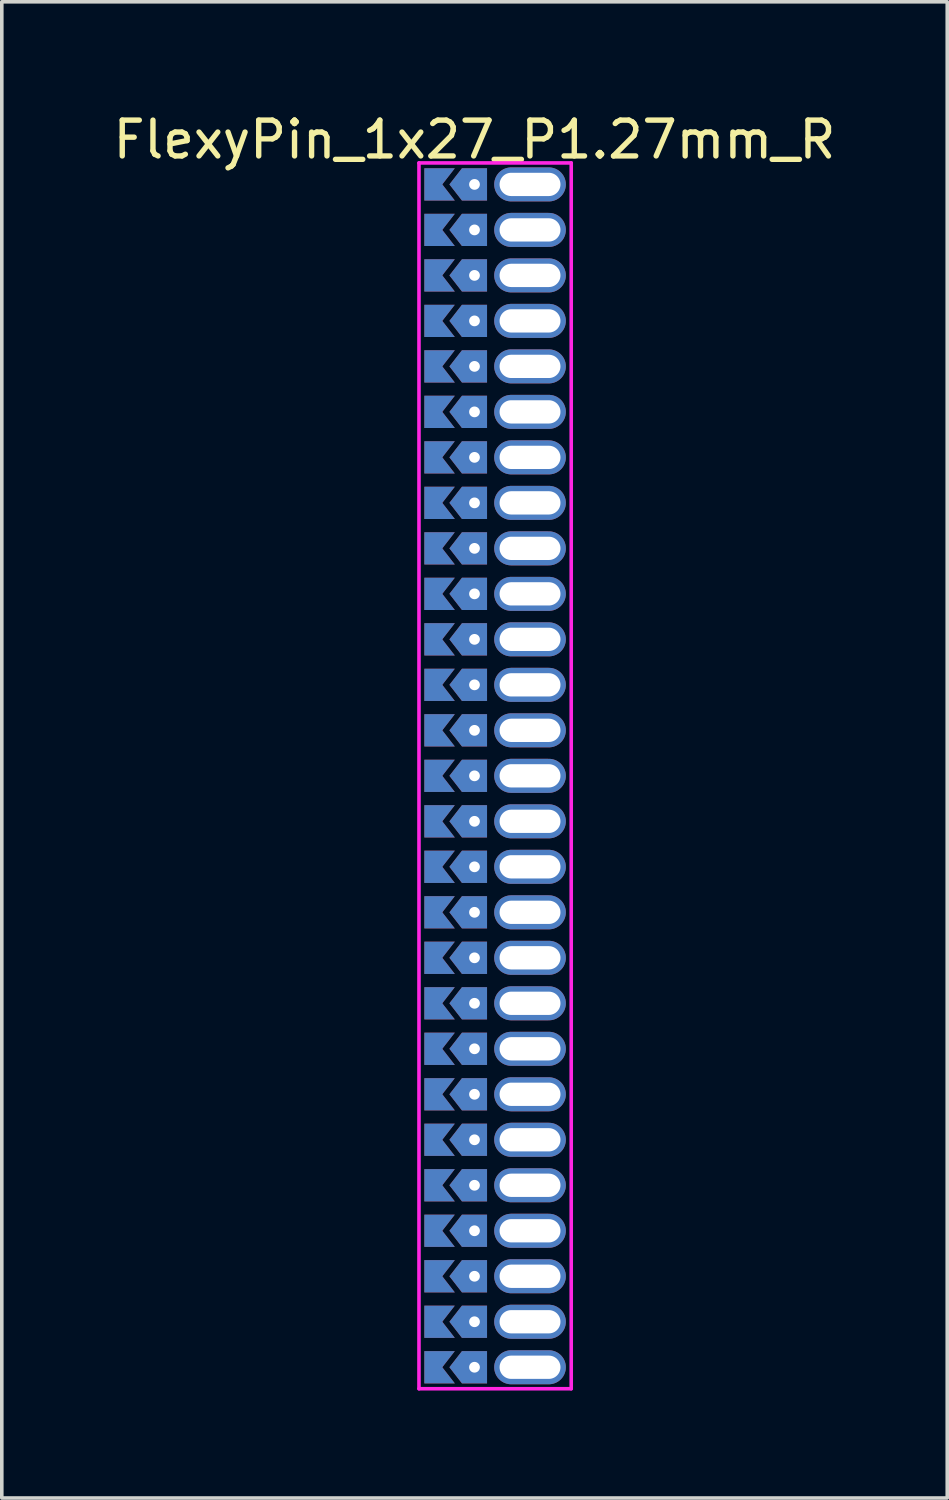
<source format=kicad_pcb>
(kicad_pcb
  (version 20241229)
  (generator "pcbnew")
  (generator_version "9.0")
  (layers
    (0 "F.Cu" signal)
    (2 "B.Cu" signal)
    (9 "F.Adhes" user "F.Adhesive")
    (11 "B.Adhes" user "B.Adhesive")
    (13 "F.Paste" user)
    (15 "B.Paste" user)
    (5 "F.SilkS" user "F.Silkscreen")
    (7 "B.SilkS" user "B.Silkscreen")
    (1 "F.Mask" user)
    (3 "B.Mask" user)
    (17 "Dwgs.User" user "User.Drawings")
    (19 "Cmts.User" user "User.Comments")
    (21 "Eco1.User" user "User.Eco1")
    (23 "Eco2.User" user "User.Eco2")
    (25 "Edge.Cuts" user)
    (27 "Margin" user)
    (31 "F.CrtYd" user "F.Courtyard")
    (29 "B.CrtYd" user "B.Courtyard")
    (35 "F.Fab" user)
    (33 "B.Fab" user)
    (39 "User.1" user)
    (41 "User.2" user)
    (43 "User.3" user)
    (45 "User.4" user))
  (footprint "FlexyPin_1x27_P1.27mm_R"
    (layer "F.Cu")
    (at 10.196 2.098)
    (property "Reference" "FlexyPin_1x27_P1.27mm_R" (at 0 -1.25 0) (layer "F.SilkS") (effects (font (size 1 1) (thickness 0.15))))
    (attr through_hole)
    (fp_line (start -1.55 -0.6) (end 2.7 -0.6) (stroke (width 0.1) (type solid)) (layer "F.CrtYd"))
    (fp_line (start -1.55 33.62) (end -1.55 -0.6) (stroke (width 0.1) (type solid)) (layer "F.CrtYd"))
    (fp_line (start 2.7 -0.6) (end 2.7 33.62) (stroke (width 0.1) (type solid)) (layer "F.CrtYd"))
    (fp_line (start 2.7 33.62) (end -1.55 33.62) (stroke (width 0.1) (type solid)) (layer "F.CrtYd"))
    (pad "" thru_hole custom (at 0 0) (size 0.3 0.3) (drill 0.6) (layers "*.Cu" "*.Mask") (options (anchor rect)) (primitives (gr_poly (pts (xy 0.35 0.45) (xy 0.35 -0.45) (xy -0.35 -0.45) (xy -0.7 0) (xy -0.35 0.45)) (width 0) (fill yes))))
    (pad "" thru_hole custom (at 0 1.27) (size 0.3 0.3) (drill 0.6) (layers "*.Cu" "*.Mask") (options (anchor rect)) (primitives (gr_poly (pts (xy 0.35 0.45) (xy 0.35 -0.45) (xy -0.35 -0.45) (xy -0.7 0) (xy -0.35 0.45)) (width 0) (fill yes))))
    (pad "" thru_hole custom (at 0 2.54) (size 0.3 0.3) (drill 0.6) (layers "*.Cu" "*.Mask") (options (anchor rect)) (primitives (gr_poly (pts (xy 0.35 0.45) (xy 0.35 -0.45) (xy -0.35 -0.45) (xy -0.7 0) (xy -0.35 0.45)) (width 0) (fill yes))))
    (pad "" thru_hole custom (at 0 3.81) (size 0.3 0.3) (drill 0.6) (layers "*.Cu" "*.Mask") (options (anchor rect)) (primitives (gr_poly (pts (xy 0.35 0.45) (xy 0.35 -0.45) (xy -0.35 -0.45) (xy -0.7 0) (xy -0.35 0.45)) (width 0) (fill yes))))
    (pad "" thru_hole custom (at 0 5.08) (size 0.3 0.3) (drill 0.6) (layers "*.Cu" "*.Mask") (options (anchor rect)) (primitives (gr_poly (pts (xy 0.35 0.45) (xy 0.35 -0.45) (xy -0.35 -0.45) (xy -0.7 0) (xy -0.35 0.45)) (width 0) (fill yes))))
    (pad "" thru_hole custom (at 0 6.35) (size 0.3 0.3) (drill 0.6) (layers "*.Cu" "*.Mask") (options (anchor rect)) (primitives (gr_poly (pts (xy 0.35 0.45) (xy 0.35 -0.45) (xy -0.35 -0.45) (xy -0.7 0) (xy -0.35 0.45)) (width 0) (fill yes))))
    (pad "" thru_hole custom (at 0 7.62) (size 0.3 0.3) (drill 0.6) (layers "*.Cu" "*.Mask") (options (anchor rect)) (primitives (gr_poly (pts (xy 0.35 0.45) (xy 0.35 -0.45) (xy -0.35 -0.45) (xy -0.7 0) (xy -0.35 0.45)) (width 0) (fill yes))))
    (pad "" thru_hole custom (at 0 8.89) (size 0.3 0.3) (drill 0.6) (layers "*.Cu" "*.Mask") (options (anchor rect)) (primitives (gr_poly (pts (xy 0.35 0.45) (xy 0.35 -0.45) (xy -0.35 -0.45) (xy -0.7 0) (xy -0.35 0.45)) (width 0) (fill yes))))
    (pad "" thru_hole custom (at 0 10.16) (size 0.3 0.3) (drill 0.6) (layers "*.Cu" "*.Mask") (options (anchor rect)) (primitives (gr_poly (pts (xy 0.35 0.45) (xy 0.35 -0.45) (xy -0.35 -0.45) (xy -0.7 0) (xy -0.35 0.45)) (width 0) (fill yes))))
    (pad "" thru_hole custom (at 0 11.43) (size 0.3 0.3) (drill 0.6) (layers "*.Cu" "*.Mask") (options (anchor rect)) (primitives (gr_poly (pts (xy 0.35 0.45) (xy 0.35 -0.45) (xy -0.35 -0.45) (xy -0.7 0) (xy -0.35 0.45)) (width 0) (fill yes))))
    (pad "" thru_hole custom (at 0 12.7) (size 0.3 0.3) (drill 0.6) (layers "*.Cu" "*.Mask") (options (anchor rect)) (primitives (gr_poly (pts (xy 0.35 0.45) (xy 0.35 -0.45) (xy -0.35 -0.45) (xy -0.7 0) (xy -0.35 0.45)) (width 0) (fill yes))))
    (pad "" thru_hole custom (at 0 13.97) (size 0.3 0.3) (drill 0.6) (layers "*.Cu" "*.Mask") (options (anchor rect)) (primitives (gr_poly (pts (xy 0.35 0.45) (xy 0.35 -0.45) (xy -0.35 -0.45) (xy -0.7 0) (xy -0.35 0.45)) (width 0) (fill yes))))
    (pad "" thru_hole custom (at 0 15.24) (size 0.3 0.3) (drill 0.6) (layers "*.Cu" "*.Mask") (options (anchor rect)) (primitives (gr_poly (pts (xy 0.35 0.45) (xy 0.35 -0.45) (xy -0.35 -0.45) (xy -0.7 0) (xy -0.35 0.45)) (width 0) (fill yes))))
    (pad "" thru_hole custom (at 0 16.51) (size 0.3 0.3) (drill 0.6) (layers "*.Cu" "*.Mask") (options (anchor rect)) (primitives (gr_poly (pts (xy 0.35 0.45) (xy 0.35 -0.45) (xy -0.35 -0.45) (xy -0.7 0) (xy -0.35 0.45)) (width 0) (fill yes))))
    (pad "" thru_hole custom (at 0 17.78) (size 0.3 0.3) (drill 0.6) (layers "*.Cu" "*.Mask") (options (anchor rect)) (primitives (gr_poly (pts (xy 0.35 0.45) (xy 0.35 -0.45) (xy -0.35 -0.45) (xy -0.7 0) (xy -0.35 0.45)) (width 0) (fill yes))))
    (pad "" thru_hole custom (at 0 19.05) (size 0.3 0.3) (drill 0.6) (layers "*.Cu" "*.Mask") (options (anchor rect)) (primitives (gr_poly (pts (xy 0.35 0.45) (xy 0.35 -0.45) (xy -0.35 -0.45) (xy -0.7 0) (xy -0.35 0.45)) (width 0) (fill yes))))
    (pad "" thru_hole custom (at 0 20.32) (size 0.3 0.3) (drill 0.6) (layers "*.Cu" "*.Mask") (options (anchor rect)) (primitives (gr_poly (pts (xy 0.35 0.45) (xy 0.35 -0.45) (xy -0.35 -0.45) (xy -0.7 0) (xy -0.35 0.45)) (width 0) (fill yes))))
    (pad "" thru_hole custom (at 0 21.59) (size 0.3 0.3) (drill 0.6) (layers "*.Cu" "*.Mask") (options (anchor rect)) (primitives (gr_poly (pts (xy 0.35 0.45) (xy 0.35 -0.45) (xy -0.35 -0.45) (xy -0.7 0) (xy -0.35 0.45)) (width 0) (fill yes))))
    (pad "" thru_hole custom (at 0 22.86) (size 0.3 0.3) (drill 0.6) (layers "*.Cu" "*.Mask") (options (anchor rect)) (primitives (gr_poly (pts (xy 0.35 0.45) (xy 0.35 -0.45) (xy -0.35 -0.45) (xy -0.7 0) (xy -0.35 0.45)) (width 0) (fill yes))))
    (pad "" thru_hole custom (at 0 24.13) (size 0.3 0.3) (drill 0.6) (layers "*.Cu" "*.Mask") (options (anchor rect)) (primitives (gr_poly (pts (xy 0.35 0.45) (xy 0.35 -0.45) (xy -0.35 -0.45) (xy -0.7 0) (xy -0.35 0.45)) (width 0) (fill yes))))
    (pad "" thru_hole custom (at 0 25.4) (size 0.3 0.3) (drill 0.6) (layers "*.Cu" "*.Mask") (options (anchor rect)) (primitives (gr_poly (pts (xy 0.35 0.45) (xy 0.35 -0.45) (xy -0.35 -0.45) (xy -0.7 0) (xy -0.35 0.45)) (width 0) (fill yes))))
    (pad "" thru_hole custom (at 0 26.67) (size 0.3 0.3) (drill 0.6) (layers "*.Cu" "*.Mask") (options (anchor rect)) (primitives (gr_poly (pts (xy 0.35 0.45) (xy 0.35 -0.45) (xy -0.35 -0.45) (xy -0.7 0) (xy -0.35 0.45)) (width 0) (fill yes))))
    (pad "" thru_hole custom (at 0 27.94) (size 0.3 0.3) (drill 0.6) (layers "*.Cu" "*.Mask") (options (anchor rect)) (primitives (gr_poly (pts (xy 0.35 0.45) (xy 0.35 -0.45) (xy -0.35 -0.45) (xy -0.7 0) (xy -0.35 0.45)) (width 0) (fill yes))))
    (pad "" thru_hole custom (at 0 29.21) (size 0.3 0.3) (drill 0.6) (layers "*.Cu" "*.Mask") (options (anchor rect)) (primitives (gr_poly (pts (xy 0.35 0.45) (xy 0.35 -0.45) (xy -0.35 -0.45) (xy -0.7 0) (xy -0.35 0.45)) (width 0) (fill yes))))
    (pad "" thru_hole custom (at 0 30.48) (size 0.3 0.3) (drill 0.6) (layers "*.Cu" "*.Mask") (options (anchor rect)) (primitives (gr_poly (pts (xy 0.35 0.45) (xy 0.35 -0.45) (xy -0.35 -0.45) (xy -0.7 0) (xy -0.35 0.45)) (width 0) (fill yes))))
    (pad "" thru_hole custom (at 0 31.75) (size 0.3 0.3) (drill 0.6) (layers "*.Cu" "*.Mask") (options (anchor rect)) (primitives (gr_poly (pts (xy 0.35 0.45) (xy 0.35 -0.45) (xy -0.35 -0.45) (xy -0.7 0) (xy -0.35 0.45)) (width 0) (fill yes))))
    (pad "" thru_hole custom (at 0 33.02) (size 0.3 0.3) (drill 0.6) (layers "*.Cu" "*.Mask") (options (anchor rect)) (primitives (gr_poly (pts (xy 0.35 0.45) (xy 0.35 -0.45) (xy -0.35 -0.45) (xy -0.7 0) (xy -0.35 0.45)) (width 0) (fill yes))))
    (pad "" thru_hole oval (at 1.55 0) (size 2 0.95) (drill oval 1.7 0.65) (layers "*.Cu" "*.Mask"))
    (pad "" thru_hole oval (at 1.55 1.27) (size 2 0.95) (drill oval 1.7 0.65) (layers "*.Cu" "*.Mask"))
    (pad "" thru_hole oval (at 1.55 2.54) (size 2 0.95) (drill oval 1.7 0.65) (layers "*.Cu" "*.Mask"))
    (pad "" thru_hole oval (at 1.55 3.81) (size 2 0.95) (drill oval 1.7 0.65) (layers "*.Cu" "*.Mask"))
    (pad "" thru_hole oval (at 1.55 5.08) (size 2 0.95) (drill oval 1.7 0.65) (layers "*.Cu" "*.Mask"))
    (pad "" thru_hole oval (at 1.55 6.35) (size 2 0.95) (drill oval 1.7 0.65) (layers "*.Cu" "*.Mask"))
    (pad "" thru_hole oval (at 1.55 7.62) (size 2 0.95) (drill oval 1.7 0.65) (layers "*.Cu" "*.Mask"))
    (pad "" thru_hole oval (at 1.55 8.89) (size 2 0.95) (drill oval 1.7 0.65) (layers "*.Cu" "*.Mask"))
    (pad "" thru_hole oval (at 1.55 10.16) (size 2 0.95) (drill oval 1.7 0.65) (layers "*.Cu" "*.Mask"))
    (pad "" thru_hole oval (at 1.55 11.43) (size 2 0.95) (drill oval 1.7 0.65) (layers "*.Cu" "*.Mask"))
    (pad "" thru_hole oval (at 1.55 12.7) (size 2 0.95) (drill oval 1.7 0.65) (layers "*.Cu" "*.Mask"))
    (pad "" thru_hole oval (at 1.55 13.97) (size 2 0.95) (drill oval 1.7 0.65) (layers "*.Cu" "*.Mask"))
    (pad "" thru_hole oval (at 1.55 15.24) (size 2 0.95) (drill oval 1.7 0.65) (layers "*.Cu" "*.Mask"))
    (pad "" thru_hole oval (at 1.55 16.51) (size 2 0.95) (drill oval 1.7 0.65) (layers "*.Cu" "*.Mask"))
    (pad "" thru_hole oval (at 1.55 17.78) (size 2 0.95) (drill oval 1.7 0.65) (layers "*.Cu" "*.Mask"))
    (pad "" thru_hole oval (at 1.55 19.05) (size 2 0.95) (drill oval 1.7 0.65) (layers "*.Cu" "*.Mask"))
    (pad "" thru_hole oval (at 1.55 20.32) (size 2 0.95) (drill oval 1.7 0.65) (layers "*.Cu" "*.Mask"))
    (pad "" thru_hole oval (at 1.55 21.59) (size 2 0.95) (drill oval 1.7 0.65) (layers "*.Cu" "*.Mask"))
    (pad "" thru_hole oval (at 1.55 22.86) (size 2 0.95) (drill oval 1.7 0.65) (layers "*.Cu" "*.Mask"))
    (pad "" thru_hole oval (at 1.55 24.13) (size 2 0.95) (drill oval 1.7 0.65) (layers "*.Cu" "*.Mask"))
    (pad "" thru_hole oval (at 1.55 25.4) (size 2 0.95) (drill oval 1.7 0.65) (layers "*.Cu" "*.Mask"))
    (pad "" thru_hole oval (at 1.55 26.67) (size 2 0.95) (drill oval 1.7 0.65) (layers "*.Cu" "*.Mask"))
    (pad "" thru_hole oval (at 1.55 27.94) (size 2 0.95) (drill oval 1.7 0.65) (layers "*.Cu" "*.Mask"))
    (pad "" thru_hole oval (at 1.55 29.21) (size 2 0.95) (drill oval 1.7 0.65) (layers "*.Cu" "*.Mask"))
    (pad "" thru_hole oval (at 1.55 30.48) (size 2 0.95) (drill oval 1.7 0.65) (layers "*.Cu" "*.Mask"))
    (pad "" thru_hole oval (at 1.55 31.75) (size 2 0.95) (drill oval 1.7 0.65) (layers "*.Cu" "*.Mask"))
    (pad "" thru_hole oval (at 1.55 33.02) (size 2 0.95) (drill oval 1.7 0.65) (layers "*.Cu" "*.Mask"))
    (pad "1" smd custom (at -0.9 0) (size 0.01 0.01) (layers "F.Cu" "F.Mask") (options (anchor rect)) (primitives (gr_poly (pts (xy 0 0) (xy 0.35 0.45) (xy -0.5 0.45) (xy -0.5 -0.45) (xy 0.35 -0.45)) (width 0) (fill yes))))
    (pad "2" smd custom (at -0.9 1.27) (size 0.01 0.01) (layers "F.Cu" "F.Mask") (options (anchor rect)) (primitives (gr_poly (pts (xy 0 0) (xy 0.35 0.45) (xy -0.5 0.45) (xy -0.5 -0.45) (xy 0.35 -0.45)) (width 0) (fill yes))))
    (pad "3" smd custom (at -0.9 2.54) (size 0.01 0.01) (layers "F.Cu" "F.Mask") (options (anchor rect)) (primitives (gr_poly (pts (xy 0 0) (xy 0.35 0.45) (xy -0.5 0.45) (xy -0.5 -0.45) (xy 0.35 -0.45)) (width 0) (fill yes))))
    (pad "4" smd custom (at -0.9 3.81) (size 0.01 0.01) (layers "F.Cu" "F.Mask") (options (anchor rect)) (primitives (gr_poly (pts (xy 0 0) (xy 0.35 0.45) (xy -0.5 0.45) (xy -0.5 -0.45) (xy 0.35 -0.45)) (width 0) (fill yes))))
    (pad "5" smd custom (at -0.9 5.08) (size 0.01 0.01) (layers "F.Cu" "F.Mask") (options (anchor rect)) (primitives (gr_poly (pts (xy 0 0) (xy 0.35 0.45) (xy -0.5 0.45) (xy -0.5 -0.45) (xy 0.35 -0.45)) (width 0) (fill yes))))
    (pad "6" smd custom (at -0.9 6.35) (size 0.01 0.01) (layers "F.Cu" "F.Mask") (options (anchor rect)) (primitives (gr_poly (pts (xy 0 0) (xy 0.35 0.45) (xy -0.5 0.45) (xy -0.5 -0.45) (xy 0.35 -0.45)) (width 0) (fill yes))))
    (pad "7" smd custom (at -0.9 7.62) (size 0.01 0.01) (layers "F.Cu" "F.Mask") (options (anchor rect)) (primitives (gr_poly (pts (xy 0 0) (xy 0.35 0.45) (xy -0.5 0.45) (xy -0.5 -0.45) (xy 0.35 -0.45)) (width 0) (fill yes))))
    (pad "8" smd custom (at -0.9 8.89) (size 0.01 0.01) (layers "F.Cu" "F.Mask") (options (anchor rect)) (primitives (gr_poly (pts (xy 0 0) (xy 0.35 0.45) (xy -0.5 0.45) (xy -0.5 -0.45) (xy 0.35 -0.45)) (width 0) (fill yes))))
    (pad "9" smd custom (at -0.9 10.16) (size 0.01 0.01) (layers "F.Cu" "F.Mask") (options (anchor rect)) (primitives (gr_poly (pts (xy 0 0) (xy 0.35 0.45) (xy -0.5 0.45) (xy -0.5 -0.45) (xy 0.35 -0.45)) (width 0) (fill yes))))
    (pad "10" smd custom (at -0.9 11.43) (size 0.01 0.01) (layers "F.Cu" "F.Mask") (options (anchor rect)) (primitives (gr_poly (pts (xy 0 0) (xy 0.35 0.45) (xy -0.5 0.45) (xy -0.5 -0.45) (xy 0.35 -0.45)) (width 0) (fill yes))))
    (pad "11" smd custom (at -0.9 12.7) (size 0.01 0.01) (layers "F.Cu" "F.Mask") (options (anchor rect)) (primitives (gr_poly (pts (xy 0 0) (xy 0.35 0.45) (xy -0.5 0.45) (xy -0.5 -0.45) (xy 0.35 -0.45)) (width 0) (fill yes))))
    (pad "12" smd custom (at -0.9 13.97) (size 0.01 0.01) (layers "F.Cu" "F.Mask") (options (anchor rect)) (primitives (gr_poly (pts (xy 0 0) (xy 0.35 0.45) (xy -0.5 0.45) (xy -0.5 -0.45) (xy 0.35 -0.45)) (width 0) (fill yes))))
    (pad "13" smd custom (at -0.9 15.24) (size 0.01 0.01) (layers "F.Cu" "F.Mask") (options (anchor rect)) (primitives (gr_poly (pts (xy 0 0) (xy 0.35 0.45) (xy -0.5 0.45) (xy -0.5 -0.45) (xy 0.35 -0.45)) (width 0) (fill yes))))
    (pad "14" smd custom (at -0.9 16.51) (size 0.01 0.01) (layers "F.Cu" "F.Mask") (options (anchor rect)) (primitives (gr_poly (pts (xy 0 0) (xy 0.35 0.45) (xy -0.5 0.45) (xy -0.5 -0.45) (xy 0.35 -0.45)) (width 0) (fill yes))))
    (pad "15" smd custom (at -0.9 17.78) (size 0.01 0.01) (layers "F.Cu" "F.Mask") (options (anchor rect)) (primitives (gr_poly (pts (xy 0 0) (xy 0.35 0.45) (xy -0.5 0.45) (xy -0.5 -0.45) (xy 0.35 -0.45)) (width 0) (fill yes))))
    (pad "16" smd custom (at -0.9 19.05) (size 0.01 0.01) (layers "F.Cu" "F.Mask") (options (anchor rect)) (primitives (gr_poly (pts (xy 0 0) (xy 0.35 0.45) (xy -0.5 0.45) (xy -0.5 -0.45) (xy 0.35 -0.45)) (width 0) (fill yes))))
    (pad "17" smd custom (at -0.9 20.32) (size 0.01 0.01) (layers "F.Cu" "F.Mask") (options (anchor rect)) (primitives (gr_poly (pts (xy 0 0) (xy 0.35 0.45) (xy -0.5 0.45) (xy -0.5 -0.45) (xy 0.35 -0.45)) (width 0) (fill yes))))
    (pad "18" smd custom (at -0.9 21.59) (size 0.01 0.01) (layers "F.Cu" "F.Mask") (options (anchor rect)) (primitives (gr_poly (pts (xy 0 0) (xy 0.35 0.45) (xy -0.5 0.45) (xy -0.5 -0.45) (xy 0.35 -0.45)) (width 0) (fill yes))))
    (pad "19" smd custom (at -0.9 22.86) (size 0.01 0.01) (layers "F.Cu" "F.Mask") (options (anchor rect)) (primitives (gr_poly (pts (xy 0 0) (xy 0.35 0.45) (xy -0.5 0.45) (xy -0.5 -0.45) (xy 0.35 -0.45)) (width 0) (fill yes))))
    (pad "20" smd custom (at -0.9 24.13) (size 0.01 0.01) (layers "F.Cu" "F.Mask") (options (anchor rect)) (primitives (gr_poly (pts (xy 0 0) (xy 0.35 0.45) (xy -0.5 0.45) (xy -0.5 -0.45) (xy 0.35 -0.45)) (width 0) (fill yes))))
    (pad "21" smd custom (at -0.9 25.4) (size 0.01 0.01) (layers "F.Cu" "F.Mask") (options (anchor rect)) (primitives (gr_poly (pts (xy 0 0) (xy 0.35 0.45) (xy -0.5 0.45) (xy -0.5 -0.45) (xy 0.35 -0.45)) (width 0) (fill yes))))
    (pad "22" smd custom (at -0.9 26.67) (size 0.01 0.01) (layers "F.Cu" "F.Mask") (options (anchor rect)) (primitives (gr_poly (pts (xy 0 0) (xy 0.35 0.45) (xy -0.5 0.45) (xy -0.5 -0.45) (xy 0.35 -0.45)) (width 0) (fill yes))))
    (pad "23" smd custom (at -0.9 27.94) (size 0.01 0.01) (layers "F.Cu" "F.Mask") (options (anchor rect)) (primitives (gr_poly (pts (xy 0 0) (xy 0.35 0.45) (xy -0.5 0.45) (xy -0.5 -0.45) (xy 0.35 -0.45)) (width 0) (fill yes))))
    (pad "24" smd custom (at -0.9 29.21) (size 0.01 0.01) (layers "F.Cu" "F.Mask") (options (anchor rect)) (primitives (gr_poly (pts (xy 0 0) (xy 0.35 0.45) (xy -0.5 0.45) (xy -0.5 -0.45) (xy 0.35 -0.45)) (width 0) (fill yes))))
    (pad "25" smd custom (at -0.9 30.48) (size 0.01 0.01) (layers "F.Cu" "F.Mask") (options (anchor rect)) (primitives (gr_poly (pts (xy 0 0) (xy 0.35 0.45) (xy -0.5 0.45) (xy -0.5 -0.45) (xy 0.35 -0.45)) (width 0) (fill yes))))
    (pad "26" smd custom (at -0.9 31.75) (size 0.01 0.01) (layers "F.Cu" "F.Mask") (options (anchor rect)) (primitives (gr_poly (pts (xy 0 0) (xy 0.35 0.45) (xy -0.5 0.45) (xy -0.5 -0.45) (xy 0.35 -0.45)) (width 0) (fill yes))))
    (pad "27" smd custom (at -0.9 33.02) (size 0.01 0.01) (layers "F.Cu" "F.Mask") (options (anchor rect)) (primitives (gr_poly (pts (xy 0 0) (xy 0.35 0.45) (xy -0.5 0.45) (xy -0.5 -0.45) (xy 0.35 -0.45)) (width 0) (fill yes))))
    (pad "28" smd custom (at -0.9 0) (size 0.01 0.01) (layers "B.Cu" "B.Mask") (options (anchor rect)) (primitives (gr_poly (pts (xy 0 0) (xy 0.35 0.45) (xy -0.5 0.45) (xy -0.5 -0.45) (xy 0.35 -0.45)) (width 0) (fill yes))))
    (pad "29" smd custom (at -0.9 1.27) (size 0.01 0.01) (layers "B.Cu" "B.Mask") (options (anchor rect)) (primitives (gr_poly (pts (xy 0 0) (xy 0.35 0.45) (xy -0.5 0.45) (xy -0.5 -0.45) (xy 0.35 -0.45)) (width 0) (fill yes))))
    (pad "30" smd custom (at -0.9 2.54) (size 0.01 0.01) (layers "B.Cu" "B.Mask") (options (anchor rect)) (primitives (gr_poly (pts (xy 0 0) (xy 0.35 0.45) (xy -0.5 0.45) (xy -0.5 -0.45) (xy 0.35 -0.45)) (width 0) (fill yes))))
    (pad "31" smd custom (at -0.9 3.81) (size 0.01 0.01) (layers "B.Cu" "B.Mask") (options (anchor rect)) (primitives (gr_poly (pts (xy 0 0) (xy 0.35 0.45) (xy -0.5 0.45) (xy -0.5 -0.45) (xy 0.35 -0.45)) (width 0) (fill yes))))
    (pad "32" smd custom (at -0.9 5.08) (size 0.01 0.01) (layers "B.Cu" "B.Mask") (options (anchor rect)) (primitives (gr_poly (pts (xy 0 0) (xy 0.35 0.45) (xy -0.5 0.45) (xy -0.5 -0.45) (xy 0.35 -0.45)) (width 0) (fill yes))))
    (pad "33" smd custom (at -0.9 6.35) (size 0.01 0.01) (layers "B.Cu" "B.Mask") (options (anchor rect)) (primitives (gr_poly (pts (xy 0 0) (xy 0.35 0.45) (xy -0.5 0.45) (xy -0.5 -0.45) (xy 0.35 -0.45)) (width 0) (fill yes))))
    (pad "34" smd custom (at -0.9 7.62) (size 0.01 0.01) (layers "B.Cu" "B.Mask") (options (anchor rect)) (primitives (gr_poly (pts (xy 0 0) (xy 0.35 0.45) (xy -0.5 0.45) (xy -0.5 -0.45) (xy 0.35 -0.45)) (width 0) (fill yes))))
    (pad "35" smd custom (at -0.9 8.89) (size 0.01 0.01) (layers "B.Cu" "B.Mask") (options (anchor rect)) (primitives (gr_poly (pts (xy 0 0) (xy 0.35 0.45) (xy -0.5 0.45) (xy -0.5 -0.45) (xy 0.35 -0.45)) (width 0) (fill yes))))
    (pad "36" smd custom (at -0.9 10.16) (size 0.01 0.01) (layers "B.Cu" "B.Mask") (options (anchor rect)) (primitives (gr_poly (pts (xy 0 0) (xy 0.35 0.45) (xy -0.5 0.45) (xy -0.5 -0.45) (xy 0.35 -0.45)) (width 0) (fill yes))))
    (pad "37" smd custom (at -0.9 11.43) (size 0.01 0.01) (layers "B.Cu" "B.Mask") (options (anchor rect)) (primitives (gr_poly (pts (xy 0 0) (xy 0.35 0.45) (xy -0.5 0.45) (xy -0.5 -0.45) (xy 0.35 -0.45)) (width 0) (fill yes))))
    (pad "38" smd custom (at -0.9 12.7) (size 0.01 0.01) (layers "B.Cu" "B.Mask") (options (anchor rect)) (primitives (gr_poly (pts (xy 0 0) (xy 0.35 0.45) (xy -0.5 0.45) (xy -0.5 -0.45) (xy 0.35 -0.45)) (width 0) (fill yes))))
    (pad "39" smd custom (at -0.9 13.97) (size 0.01 0.01) (layers "B.Cu" "B.Mask") (options (anchor rect)) (primitives (gr_poly (pts (xy 0 0) (xy 0.35 0.45) (xy -0.5 0.45) (xy -0.5 -0.45) (xy 0.35 -0.45)) (width 0) (fill yes))))
    (pad "40" smd custom (at -0.9 15.24) (size 0.01 0.01) (layers "B.Cu" "B.Mask") (options (anchor rect)) (primitives (gr_poly (pts (xy 0 0) (xy 0.35 0.45) (xy -0.5 0.45) (xy -0.5 -0.45) (xy 0.35 -0.45)) (width 0) (fill yes))))
    (pad "41" smd custom (at -0.9 16.51) (size 0.01 0.01) (layers "B.Cu" "B.Mask") (options (anchor rect)) (primitives (gr_poly (pts (xy 0 0) (xy 0.35 0.45) (xy -0.5 0.45) (xy -0.5 -0.45) (xy 0.35 -0.45)) (width 0) (fill yes))))
    (pad "42" smd custom (at -0.9 17.78) (size 0.01 0.01) (layers "B.Cu" "B.Mask") (options (anchor rect)) (primitives (gr_poly (pts (xy 0 0) (xy 0.35 0.45) (xy -0.5 0.45) (xy -0.5 -0.45) (xy 0.35 -0.45)) (width 0) (fill yes))))
    (pad "43" smd custom (at -0.9 19.05) (size 0.01 0.01) (layers "B.Cu" "B.Mask") (options (anchor rect)) (primitives (gr_poly (pts (xy 0 0) (xy 0.35 0.45) (xy -0.5 0.45) (xy -0.5 -0.45) (xy 0.35 -0.45)) (width 0) (fill yes))))
    (pad "44" smd custom (at -0.9 20.32) (size 0.01 0.01) (layers "B.Cu" "B.Mask") (options (anchor rect)) (primitives (gr_poly (pts (xy 0 0) (xy 0.35 0.45) (xy -0.5 0.45) (xy -0.5 -0.45) (xy 0.35 -0.45)) (width 0) (fill yes))))
    (pad "45" smd custom (at -0.9 21.59) (size 0.01 0.01) (layers "B.Cu" "B.Mask") (options (anchor rect)) (primitives (gr_poly (pts (xy 0 0) (xy 0.35 0.45) (xy -0.5 0.45) (xy -0.5 -0.45) (xy 0.35 -0.45)) (width 0) (fill yes))))
    (pad "46" smd custom (at -0.9 22.86) (size 0.01 0.01) (layers "B.Cu" "B.Mask") (options (anchor rect)) (primitives (gr_poly (pts (xy 0 0) (xy 0.35 0.45) (xy -0.5 0.45) (xy -0.5 -0.45) (xy 0.35 -0.45)) (width 0) (fill yes))))
    (pad "47" smd custom (at -0.9 24.13) (size 0.01 0.01) (layers "B.Cu" "B.Mask") (options (anchor rect)) (primitives (gr_poly (pts (xy 0 0) (xy 0.35 0.45) (xy -0.5 0.45) (xy -0.5 -0.45) (xy 0.35 -0.45)) (width 0) (fill yes))))
    (pad "48" smd custom (at -0.9 25.4) (size 0.01 0.01) (layers "B.Cu" "B.Mask") (options (anchor rect)) (primitives (gr_poly (pts (xy 0 0) (xy 0.35 0.45) (xy -0.5 0.45) (xy -0.5 -0.45) (xy 0.35 -0.45)) (width 0) (fill yes))))
    (pad "49" smd custom (at -0.9 26.67) (size 0.01 0.01) (layers "B.Cu" "B.Mask") (options (anchor rect)) (primitives (gr_poly (pts (xy 0 0) (xy 0.35 0.45) (xy -0.5 0.45) (xy -0.5 -0.45) (xy 0.35 -0.45)) (width 0) (fill yes))))
    (pad "50" smd custom (at -0.9 27.94) (size 0.01 0.01) (layers "B.Cu" "B.Mask") (options (anchor rect)) (primitives (gr_poly (pts (xy 0 0) (xy 0.35 0.45) (xy -0.5 0.45) (xy -0.5 -0.45) (xy 0.35 -0.45)) (width 0) (fill yes))))
    (pad "51" smd custom (at -0.9 29.21) (size 0.01 0.01) (layers "B.Cu" "B.Mask") (options (anchor rect)) (primitives (gr_poly (pts (xy 0 0) (xy 0.35 0.45) (xy -0.5 0.45) (xy -0.5 -0.45) (xy 0.35 -0.45)) (width 0) (fill yes))))
    (pad "52" smd custom (at -0.9 30.48) (size 0.01 0.01) (layers "B.Cu" "B.Mask") (options (anchor rect)) (primitives (gr_poly (pts (xy 0 0) (xy 0.35 0.45) (xy -0.5 0.45) (xy -0.5 -0.45) (xy 0.35 -0.45)) (width 0) (fill yes))))
    (pad "53" smd custom (at -0.9 31.75) (size 0.01 0.01) (layers "B.Cu" "B.Mask") (options (anchor rect)) (primitives (gr_poly (pts (xy 0 0) (xy 0.35 0.45) (xy -0.5 0.45) (xy -0.5 -0.45) (xy 0.35 -0.45)) (width 0) (fill yes))))
    (pad "54" smd custom (at -0.9 33.02) (size 0.01 0.01) (layers "B.Cu" "B.Mask") (options (anchor rect)) (primitives (gr_poly (pts (xy 0 0) (xy 0.35 0.45) (xy -0.5 0.45) (xy -0.5 -0.45) (xy 0.35 -0.45)) (width 0) (fill yes)))))
  (gr_rect
    (start -3 -3)
    (end 23.393 38.768)
    (stroke (width 0.1) (type default))
    (fill no)
    (layer "Edge.Cuts")))
</source>
